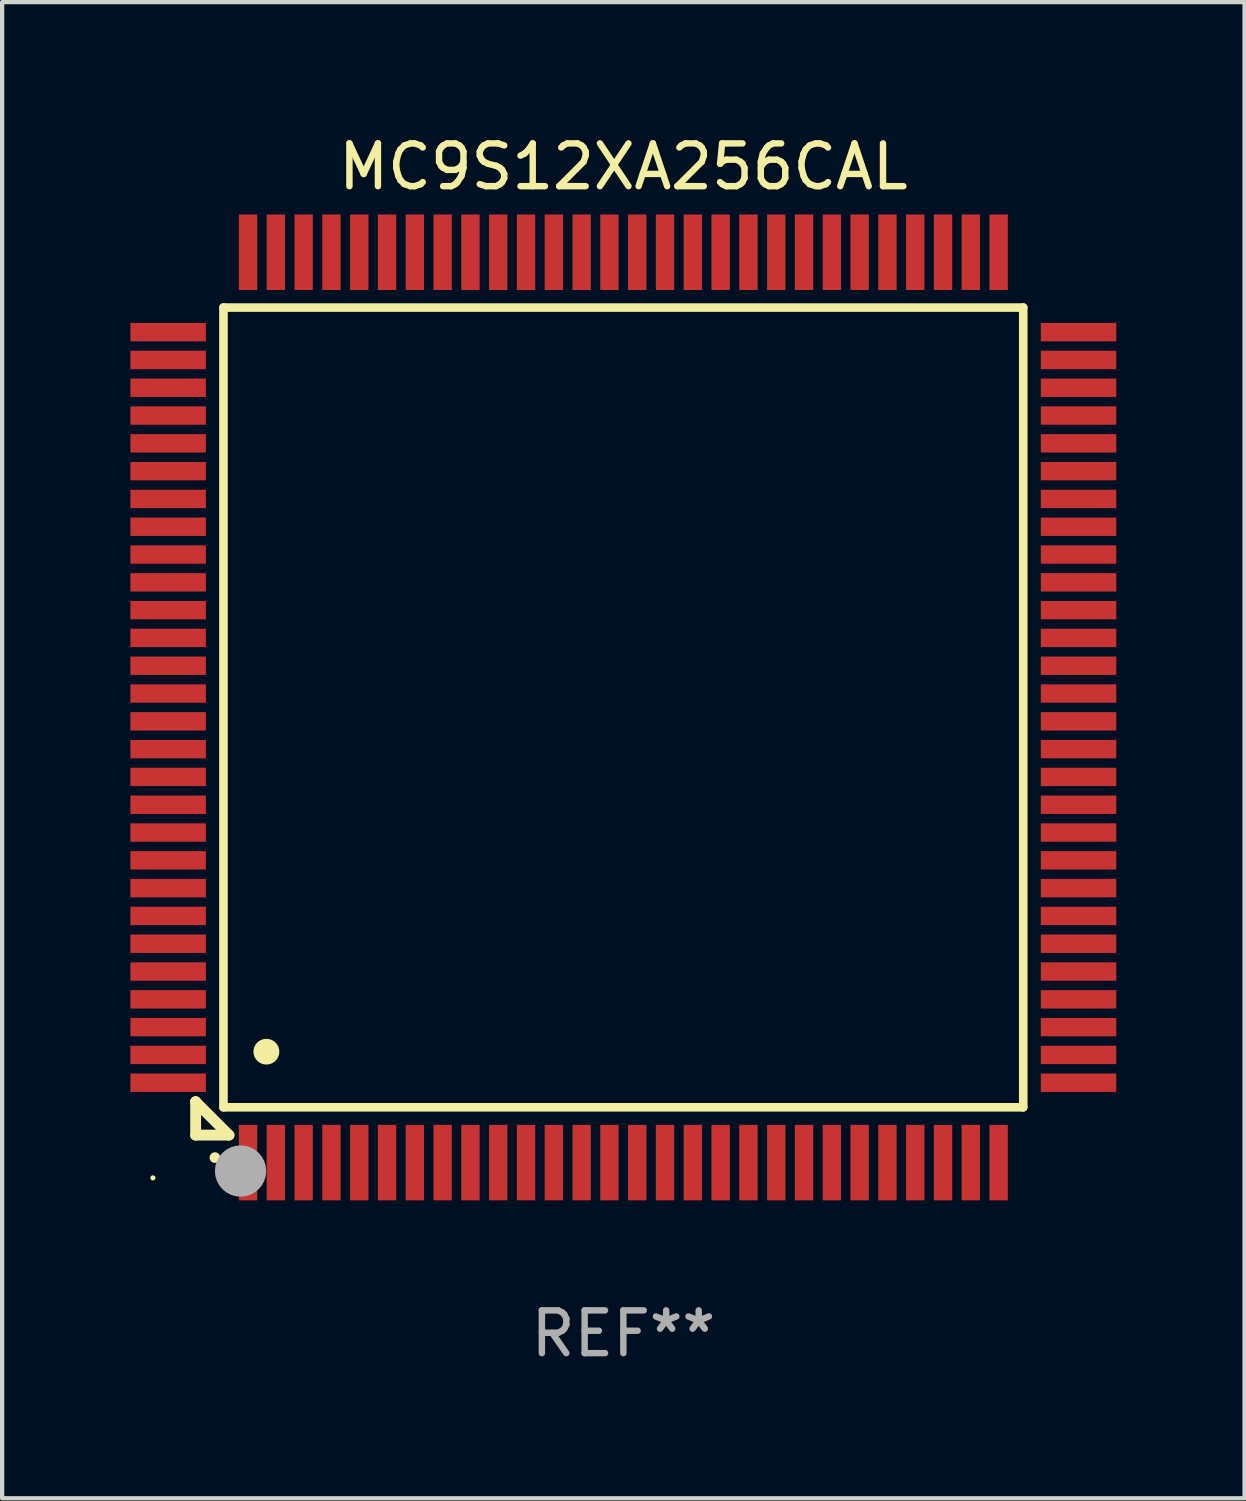
<source format=kicad_pcb>
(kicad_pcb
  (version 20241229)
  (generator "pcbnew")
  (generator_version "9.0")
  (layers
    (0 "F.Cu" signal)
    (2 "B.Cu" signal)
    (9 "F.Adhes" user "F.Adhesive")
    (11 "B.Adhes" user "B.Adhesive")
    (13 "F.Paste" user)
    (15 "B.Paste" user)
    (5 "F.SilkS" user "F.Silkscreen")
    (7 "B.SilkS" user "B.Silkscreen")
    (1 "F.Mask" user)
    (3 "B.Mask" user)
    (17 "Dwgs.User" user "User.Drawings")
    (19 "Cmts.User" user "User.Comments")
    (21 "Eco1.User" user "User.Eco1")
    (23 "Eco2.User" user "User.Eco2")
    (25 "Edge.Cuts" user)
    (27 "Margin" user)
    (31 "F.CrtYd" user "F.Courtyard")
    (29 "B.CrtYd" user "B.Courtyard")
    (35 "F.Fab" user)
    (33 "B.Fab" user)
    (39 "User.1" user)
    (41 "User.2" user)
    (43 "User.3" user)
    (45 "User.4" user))
  (footprint "MC9S12XA256CAL"
    (layer "F.Cu")
    (at 11.525 13.491)
    (property "Reference" "MC9S12XA256CAL" (at 0 -12.643 0) (layer "F.SilkS") (effects (font (size 1 1) (thickness 0.15))))
    (attr through_hole)
    (fp_line (start -10 9.221) (end -10 9.221) (stroke (width 0.254) (type solid)) (layer "F.SilkS"))
    (fp_line (start -10 9.221) (end -10 10) (stroke (width 0.254) (type solid)) (layer "F.SilkS"))
    (fp_line (start -10 9.221) (end -9.221 10) (stroke (width 0.254) (type solid)) (layer "F.SilkS"))
    (fp_line (start -10 10) (end -9.221 10) (stroke (width 0.254) (type solid)) (layer "F.SilkS"))
    (fp_line (start -9.35 -9.35) (end -9.35 9.35) (stroke (width 0.201) (type solid)) (layer "F.SilkS"))
    (fp_line (start -9.35 9.35) (end 9.35 9.35) (stroke (width 0.201) (type solid)) (layer "F.SilkS"))
    (fp_line (start 9.35 -9.35) (end -9.35 -9.35) (stroke (width 0.201) (type solid)) (layer "F.SilkS"))
    (fp_line (start 9.35 9.35) (end 9.35 -9.35) (stroke (width 0.201) (type solid)) (layer "F.SilkS"))
    (fp_arc (start -9.550546 10.525832) (mid -9.549276 10.525826) (end -9.548006 10.525832) (stroke (width 0.24892) (type solid)) (layer "F.SilkS"))
    (fp_arc (start -8.349124 8.049327) (mid -8.346584 8.049316) (end -8.344044 8.049327) (stroke (width 0.599441) (type solid)) (layer "F.SilkS"))
    (fp_circle (center -11 11) (end -10.97 11) (stroke (width 0.06) (type solid)) (fill no) (layer "F.SilkS"))
    (fp_circle (center -8.95 10.84) (end -8.65 10.84) (stroke (width 0.6) (type solid)) (fill no) (layer "F.Fab"))
    (fp_text user "REF**" (at 0 14.643 0) (layer "F.Fab") (effects (font (size 1 1) (thickness 0.15))))
    (pad "1" smd rect (at -8.775 10.643) (size 0.43 1.765) (layers "F.Cu" "F.Mask" "F.Paste"))
    (pad "2" smd rect (at -8.125 10.643) (size 0.43 1.765) (layers "F.Cu" "F.Mask" "F.Paste"))
    (pad "3" smd rect (at -7.475 10.643) (size 0.43 1.765) (layers "F.Cu" "F.Mask" "F.Paste"))
    (pad "4" smd rect (at -6.825 10.643) (size 0.43 1.765) (layers "F.Cu" "F.Mask" "F.Paste"))
    (pad "5" smd rect (at -6.175 10.643) (size 0.43 1.765) (layers "F.Cu" "F.Mask" "F.Paste"))
    (pad "6" smd rect (at -5.525 10.643) (size 0.43 1.765) (layers "F.Cu" "F.Mask" "F.Paste"))
    (pad "7" smd rect (at -4.875 10.643) (size 0.43 1.765) (layers "F.Cu" "F.Mask" "F.Paste"))
    (pad "8" smd rect (at -4.225 10.643) (size 0.43 1.765) (layers "F.Cu" "F.Mask" "F.Paste"))
    (pad "9" smd rect (at -3.575 10.643) (size 0.43 1.765) (layers "F.Cu" "F.Mask" "F.Paste"))
    (pad "10" smd rect (at -2.925 10.643) (size 0.43 1.765) (layers "F.Cu" "F.Mask" "F.Paste"))
    (pad "11" smd rect (at -2.275 10.643) (size 0.43 1.765) (layers "F.Cu" "F.Mask" "F.Paste"))
    (pad "12" smd rect (at -1.625 10.643) (size 0.43 1.765) (layers "F.Cu" "F.Mask" "F.Paste"))
    (pad "13" smd rect (at -0.975 10.643) (size 0.43 1.765) (layers "F.Cu" "F.Mask" "F.Paste"))
    (pad "14" smd rect (at -0.325 10.643) (size 0.43 1.765) (layers "F.Cu" "F.Mask" "F.Paste"))
    (pad "15" smd rect (at 0.325 10.643) (size 0.43 1.765) (layers "F.Cu" "F.Mask" "F.Paste"))
    (pad "16" smd rect (at 0.975 10.643) (size 0.43 1.765) (layers "F.Cu" "F.Mask" "F.Paste"))
    (pad "17" smd rect (at 1.625 10.643) (size 0.43 1.765) (layers "F.Cu" "F.Mask" "F.Paste"))
    (pad "18" smd rect (at 2.275 10.643) (size 0.43 1.765) (layers "F.Cu" "F.Mask" "F.Paste"))
    (pad "19" smd rect (at 2.925 10.643) (size 0.43 1.765) (layers "F.Cu" "F.Mask" "F.Paste"))
    (pad "20" smd rect (at 3.575 10.643) (size 0.43 1.765) (layers "F.Cu" "F.Mask" "F.Paste"))
    (pad "21" smd rect (at 4.225 10.643) (size 0.43 1.765) (layers "F.Cu" "F.Mask" "F.Paste"))
    (pad "22" smd rect (at 4.875 10.643) (size 0.43 1.765) (layers "F.Cu" "F.Mask" "F.Paste"))
    (pad "23" smd rect (at 5.525 10.643) (size 0.43 1.765) (layers "F.Cu" "F.Mask" "F.Paste"))
    (pad "24" smd rect (at 6.175 10.643) (size 0.43 1.765) (layers "F.Cu" "F.Mask" "F.Paste"))
    (pad "25" smd rect (at 6.825 10.643) (size 0.43 1.765) (layers "F.Cu" "F.Mask" "F.Paste"))
    (pad "26" smd rect (at 7.475 10.643) (size 0.43 1.765) (layers "F.Cu" "F.Mask" "F.Paste"))
    (pad "27" smd rect (at 8.125 10.643) (size 0.43 1.765) (layers "F.Cu" "F.Mask" "F.Paste"))
    (pad "28" smd rect (at 8.775 10.643) (size 0.43 1.765) (layers "F.Cu" "F.Mask" "F.Paste"))
    (pad "29" smd rect (at 10.643 8.775) (size 1.765 0.43) (layers "F.Cu" "F.Mask" "F.Paste"))
    (pad "30" smd rect (at 10.643 8.125) (size 1.765 0.43) (layers "F.Cu" "F.Mask" "F.Paste"))
    (pad "31" smd rect (at 10.643 7.475) (size 1.765 0.43) (layers "F.Cu" "F.Mask" "F.Paste"))
    (pad "32" smd rect (at 10.643 6.825) (size 1.765 0.43) (layers "F.Cu" "F.Mask" "F.Paste"))
    (pad "33" smd rect (at 10.643 6.175) (size 1.765 0.43) (layers "F.Cu" "F.Mask" "F.Paste"))
    (pad "34" smd rect (at 10.643 5.525) (size 1.765 0.43) (layers "F.Cu" "F.Mask" "F.Paste"))
    (pad "35" smd rect (at 10.643 4.875) (size 1.765 0.43) (layers "F.Cu" "F.Mask" "F.Paste"))
    (pad "36" smd rect (at 10.643 4.225) (size 1.765 0.43) (layers "F.Cu" "F.Mask" "F.Paste"))
    (pad "37" smd rect (at 10.643 3.575) (size 1.765 0.43) (layers "F.Cu" "F.Mask" "F.Paste"))
    (pad "38" smd rect (at 10.643 2.925) (size 1.765 0.43) (layers "F.Cu" "F.Mask" "F.Paste"))
    (pad "39" smd rect (at 10.643 2.275) (size 1.765 0.43) (layers "F.Cu" "F.Mask" "F.Paste"))
    (pad "40" smd rect (at 10.643 1.625) (size 1.765 0.43) (layers "F.Cu" "F.Mask" "F.Paste"))
    (pad "41" smd rect (at 10.643 0.975) (size 1.765 0.43) (layers "F.Cu" "F.Mask" "F.Paste"))
    (pad "42" smd rect (at 10.643 0.325) (size 1.765 0.43) (layers "F.Cu" "F.Mask" "F.Paste"))
    (pad "43" smd rect (at 10.643 -0.325) (size 1.765 0.43) (layers "F.Cu" "F.Mask" "F.Paste"))
    (pad "44" smd rect (at 10.643 -0.975) (size 1.765 0.43) (layers "F.Cu" "F.Mask" "F.Paste"))
    (pad "45" smd rect (at 10.643 -1.625) (size 1.765 0.43) (layers "F.Cu" "F.Mask" "F.Paste"))
    (pad "46" smd rect (at 10.643 -2.275) (size 1.765 0.43) (layers "F.Cu" "F.Mask" "F.Paste"))
    (pad "47" smd rect (at 10.643 -2.925) (size 1.765 0.43) (layers "F.Cu" "F.Mask" "F.Paste"))
    (pad "48" smd rect (at 10.643 -3.575) (size 1.765 0.43) (layers "F.Cu" "F.Mask" "F.Paste"))
    (pad "49" smd rect (at 10.643 -4.225) (size 1.765 0.43) (layers "F.Cu" "F.Mask" "F.Paste"))
    (pad "50" smd rect (at 10.643 -4.875) (size 1.765 0.43) (layers "F.Cu" "F.Mask" "F.Paste"))
    (pad "51" smd rect (at 10.643 -5.525) (size 1.765 0.43) (layers "F.Cu" "F.Mask" "F.Paste"))
    (pad "52" smd rect (at 10.643 -6.175) (size 1.765 0.43) (layers "F.Cu" "F.Mask" "F.Paste"))
    (pad "53" smd rect (at 10.643 -6.825) (size 1.765 0.43) (layers "F.Cu" "F.Mask" "F.Paste"))
    (pad "54" smd rect (at 10.643 -7.475) (size 1.765 0.43) (layers "F.Cu" "F.Mask" "F.Paste"))
    (pad "55" smd rect (at 10.643 -8.125) (size 1.765 0.43) (layers "F.Cu" "F.Mask" "F.Paste"))
    (pad "56" smd rect (at 10.643 -8.775) (size 1.765 0.43) (layers "F.Cu" "F.Mask" "F.Paste"))
    (pad "57" smd rect (at 8.775 -10.643) (size 0.43 1.765) (layers "F.Cu" "F.Mask" "F.Paste"))
    (pad "58" smd rect (at 8.125 -10.643) (size 0.43 1.765) (layers "F.Cu" "F.Mask" "F.Paste"))
    (pad "59" smd rect (at 7.475 -10.643) (size 0.43 1.765) (layers "F.Cu" "F.Mask" "F.Paste"))
    (pad "60" smd rect (at 6.825 -10.643) (size 0.43 1.765) (layers "F.Cu" "F.Mask" "F.Paste"))
    (pad "61" smd rect (at 6.175 -10.643) (size 0.43 1.765) (layers "F.Cu" "F.Mask" "F.Paste"))
    (pad "62" smd rect (at 5.525 -10.643) (size 0.43 1.765) (layers "F.Cu" "F.Mask" "F.Paste"))
    (pad "63" smd rect (at 4.875 -10.643) (size 0.43 1.765) (layers "F.Cu" "F.Mask" "F.Paste"))
    (pad "64" smd rect (at 4.225 -10.643) (size 0.43 1.765) (layers "F.Cu" "F.Mask" "F.Paste"))
    (pad "65" smd rect (at 3.575 -10.643) (size 0.43 1.765) (layers "F.Cu" "F.Mask" "F.Paste"))
    (pad "66" smd rect (at 2.925 -10.643) (size 0.43 1.765) (layers "F.Cu" "F.Mask" "F.Paste"))
    (pad "67" smd rect (at 2.275 -10.643) (size 0.43 1.765) (layers "F.Cu" "F.Mask" "F.Paste"))
    (pad "68" smd rect (at 1.625 -10.643) (size 0.43 1.765) (layers "F.Cu" "F.Mask" "F.Paste"))
    (pad "69" smd rect (at 0.975 -10.643) (size 0.43 1.765) (layers "F.Cu" "F.Mask" "F.Paste"))
    (pad "70" smd rect (at 0.325 -10.643) (size 0.43 1.765) (layers "F.Cu" "F.Mask" "F.Paste"))
    (pad "71" smd rect (at -0.325 -10.643) (size 0.43 1.765) (layers "F.Cu" "F.Mask" "F.Paste"))
    (pad "72" smd rect (at -0.975 -10.643) (size 0.43 1.765) (layers "F.Cu" "F.Mask" "F.Paste"))
    (pad "73" smd rect (at -1.625 -10.643) (size 0.43 1.765) (layers "F.Cu" "F.Mask" "F.Paste"))
    (pad "74" smd rect (at -2.275 -10.643) (size 0.43 1.765) (layers "F.Cu" "F.Mask" "F.Paste"))
    (pad "75" smd rect (at -2.925 -10.643) (size 0.43 1.765) (layers "F.Cu" "F.Mask" "F.Paste"))
    (pad "76" smd rect (at -3.575 -10.643) (size 0.43 1.765) (layers "F.Cu" "F.Mask" "F.Paste"))
    (pad "77" smd rect (at -4.225 -10.643) (size 0.43 1.765) (layers "F.Cu" "F.Mask" "F.Paste"))
    (pad "78" smd rect (at -4.875 -10.643) (size 0.43 1.765) (layers "F.Cu" "F.Mask" "F.Paste"))
    (pad "79" smd rect (at -5.525 -10.643) (size 0.43 1.765) (layers "F.Cu" "F.Mask" "F.Paste"))
    (pad "80" smd rect (at -6.175 -10.643) (size 0.43 1.765) (layers "F.Cu" "F.Mask" "F.Paste"))
    (pad "81" smd rect (at -6.825 -10.643) (size 0.43 1.765) (layers "F.Cu" "F.Mask" "F.Paste"))
    (pad "82" smd rect (at -7.475 -10.643) (size 0.43 1.765) (layers "F.Cu" "F.Mask" "F.Paste"))
    (pad "83" smd rect (at -8.125 -10.643) (size 0.43 1.765) (layers "F.Cu" "F.Mask" "F.Paste"))
    (pad "84" smd rect (at -8.775 -10.643) (size 0.43 1.765) (layers "F.Cu" "F.Mask" "F.Paste"))
    (pad "85" smd rect (at -10.643 -8.775) (size 1.765 0.43) (layers "F.Cu" "F.Mask" "F.Paste"))
    (pad "86" smd rect (at -10.643 -8.125) (size 1.765 0.43) (layers "F.Cu" "F.Mask" "F.Paste"))
    (pad "87" smd rect (at -10.643 -7.475) (size 1.765 0.43) (layers "F.Cu" "F.Mask" "F.Paste"))
    (pad "88" smd rect (at -10.643 -6.825) (size 1.765 0.43) (layers "F.Cu" "F.Mask" "F.Paste"))
    (pad "89" smd rect (at -10.643 -6.175) (size 1.765 0.43) (layers "F.Cu" "F.Mask" "F.Paste"))
    (pad "90" smd rect (at -10.643 -5.525) (size 1.765 0.43) (layers "F.Cu" "F.Mask" "F.Paste"))
    (pad "91" smd rect (at -10.643 -4.875) (size 1.765 0.43) (layers "F.Cu" "F.Mask" "F.Paste"))
    (pad "92" smd rect (at -10.643 -4.225) (size 1.765 0.43) (layers "F.Cu" "F.Mask" "F.Paste"))
    (pad "93" smd rect (at -10.643 -3.575) (size 1.765 0.43) (layers "F.Cu" "F.Mask" "F.Paste"))
    (pad "94" smd rect (at -10.643 -2.925) (size 1.765 0.43) (layers "F.Cu" "F.Mask" "F.Paste"))
    (pad "95" smd rect (at -10.643 -2.275) (size 1.765 0.43) (layers "F.Cu" "F.Mask" "F.Paste"))
    (pad "96" smd rect (at -10.643 -1.625) (size 1.765 0.43) (layers "F.Cu" "F.Mask" "F.Paste"))
    (pad "97" smd rect (at -10.643 -0.975) (size 1.765 0.43) (layers "F.Cu" "F.Mask" "F.Paste"))
    (pad "98" smd rect (at -10.643 -0.325) (size 1.765 0.43) (layers "F.Cu" "F.Mask" "F.Paste"))
    (pad "99" smd rect (at -10.643 0.325) (size 1.765 0.43) (layers "F.Cu" "F.Mask" "F.Paste"))
    (pad "100" smd rect (at -10.643 0.975) (size 1.765 0.43) (layers "F.Cu" "F.Mask" "F.Paste"))
    (pad "101" smd rect (at -10.643 1.625) (size 1.765 0.43) (layers "F.Cu" "F.Mask" "F.Paste"))
    (pad "102" smd rect (at -10.643 2.275) (size 1.765 0.43) (layers "F.Cu" "F.Mask" "F.Paste"))
    (pad "103" smd rect (at -10.643 2.925) (size 1.765 0.43) (layers "F.Cu" "F.Mask" "F.Paste"))
    (pad "104" smd rect (at -10.643 3.575) (size 1.765 0.43) (layers "F.Cu" "F.Mask" "F.Paste"))
    (pad "105" smd rect (at -10.643 4.225) (size 1.765 0.43) (layers "F.Cu" "F.Mask" "F.Paste"))
    (pad "106" smd rect (at -10.643 4.875) (size 1.765 0.43) (layers "F.Cu" "F.Mask" "F.Paste"))
    (pad "107" smd rect (at -10.643 5.525) (size 1.765 0.43) (layers "F.Cu" "F.Mask" "F.Paste"))
    (pad "108" smd rect (at -10.643 6.175) (size 1.765 0.43) (layers "F.Cu" "F.Mask" "F.Paste"))
    (pad "109" smd rect (at -10.643 6.825) (size 1.765 0.43) (layers "F.Cu" "F.Mask" "F.Paste"))
    (pad "110" smd rect (at -10.643 7.475) (size 1.765 0.43) (layers "F.Cu" "F.Mask" "F.Paste"))
    (pad "111" smd rect (at -10.643 8.125) (size 1.765 0.43) (layers "F.Cu" "F.Mask" "F.Paste"))
    (pad "112" smd rect (at -10.643 8.775) (size 1.765 0.43) (layers "F.Cu" "F.Mask" "F.Paste")))
  (gr_rect
    (start -3 -3)
    (end 26.05 31.982)
    (stroke (width 0.1) (type default))
    (fill no)
    (layer "Edge.Cuts")))
</source>
